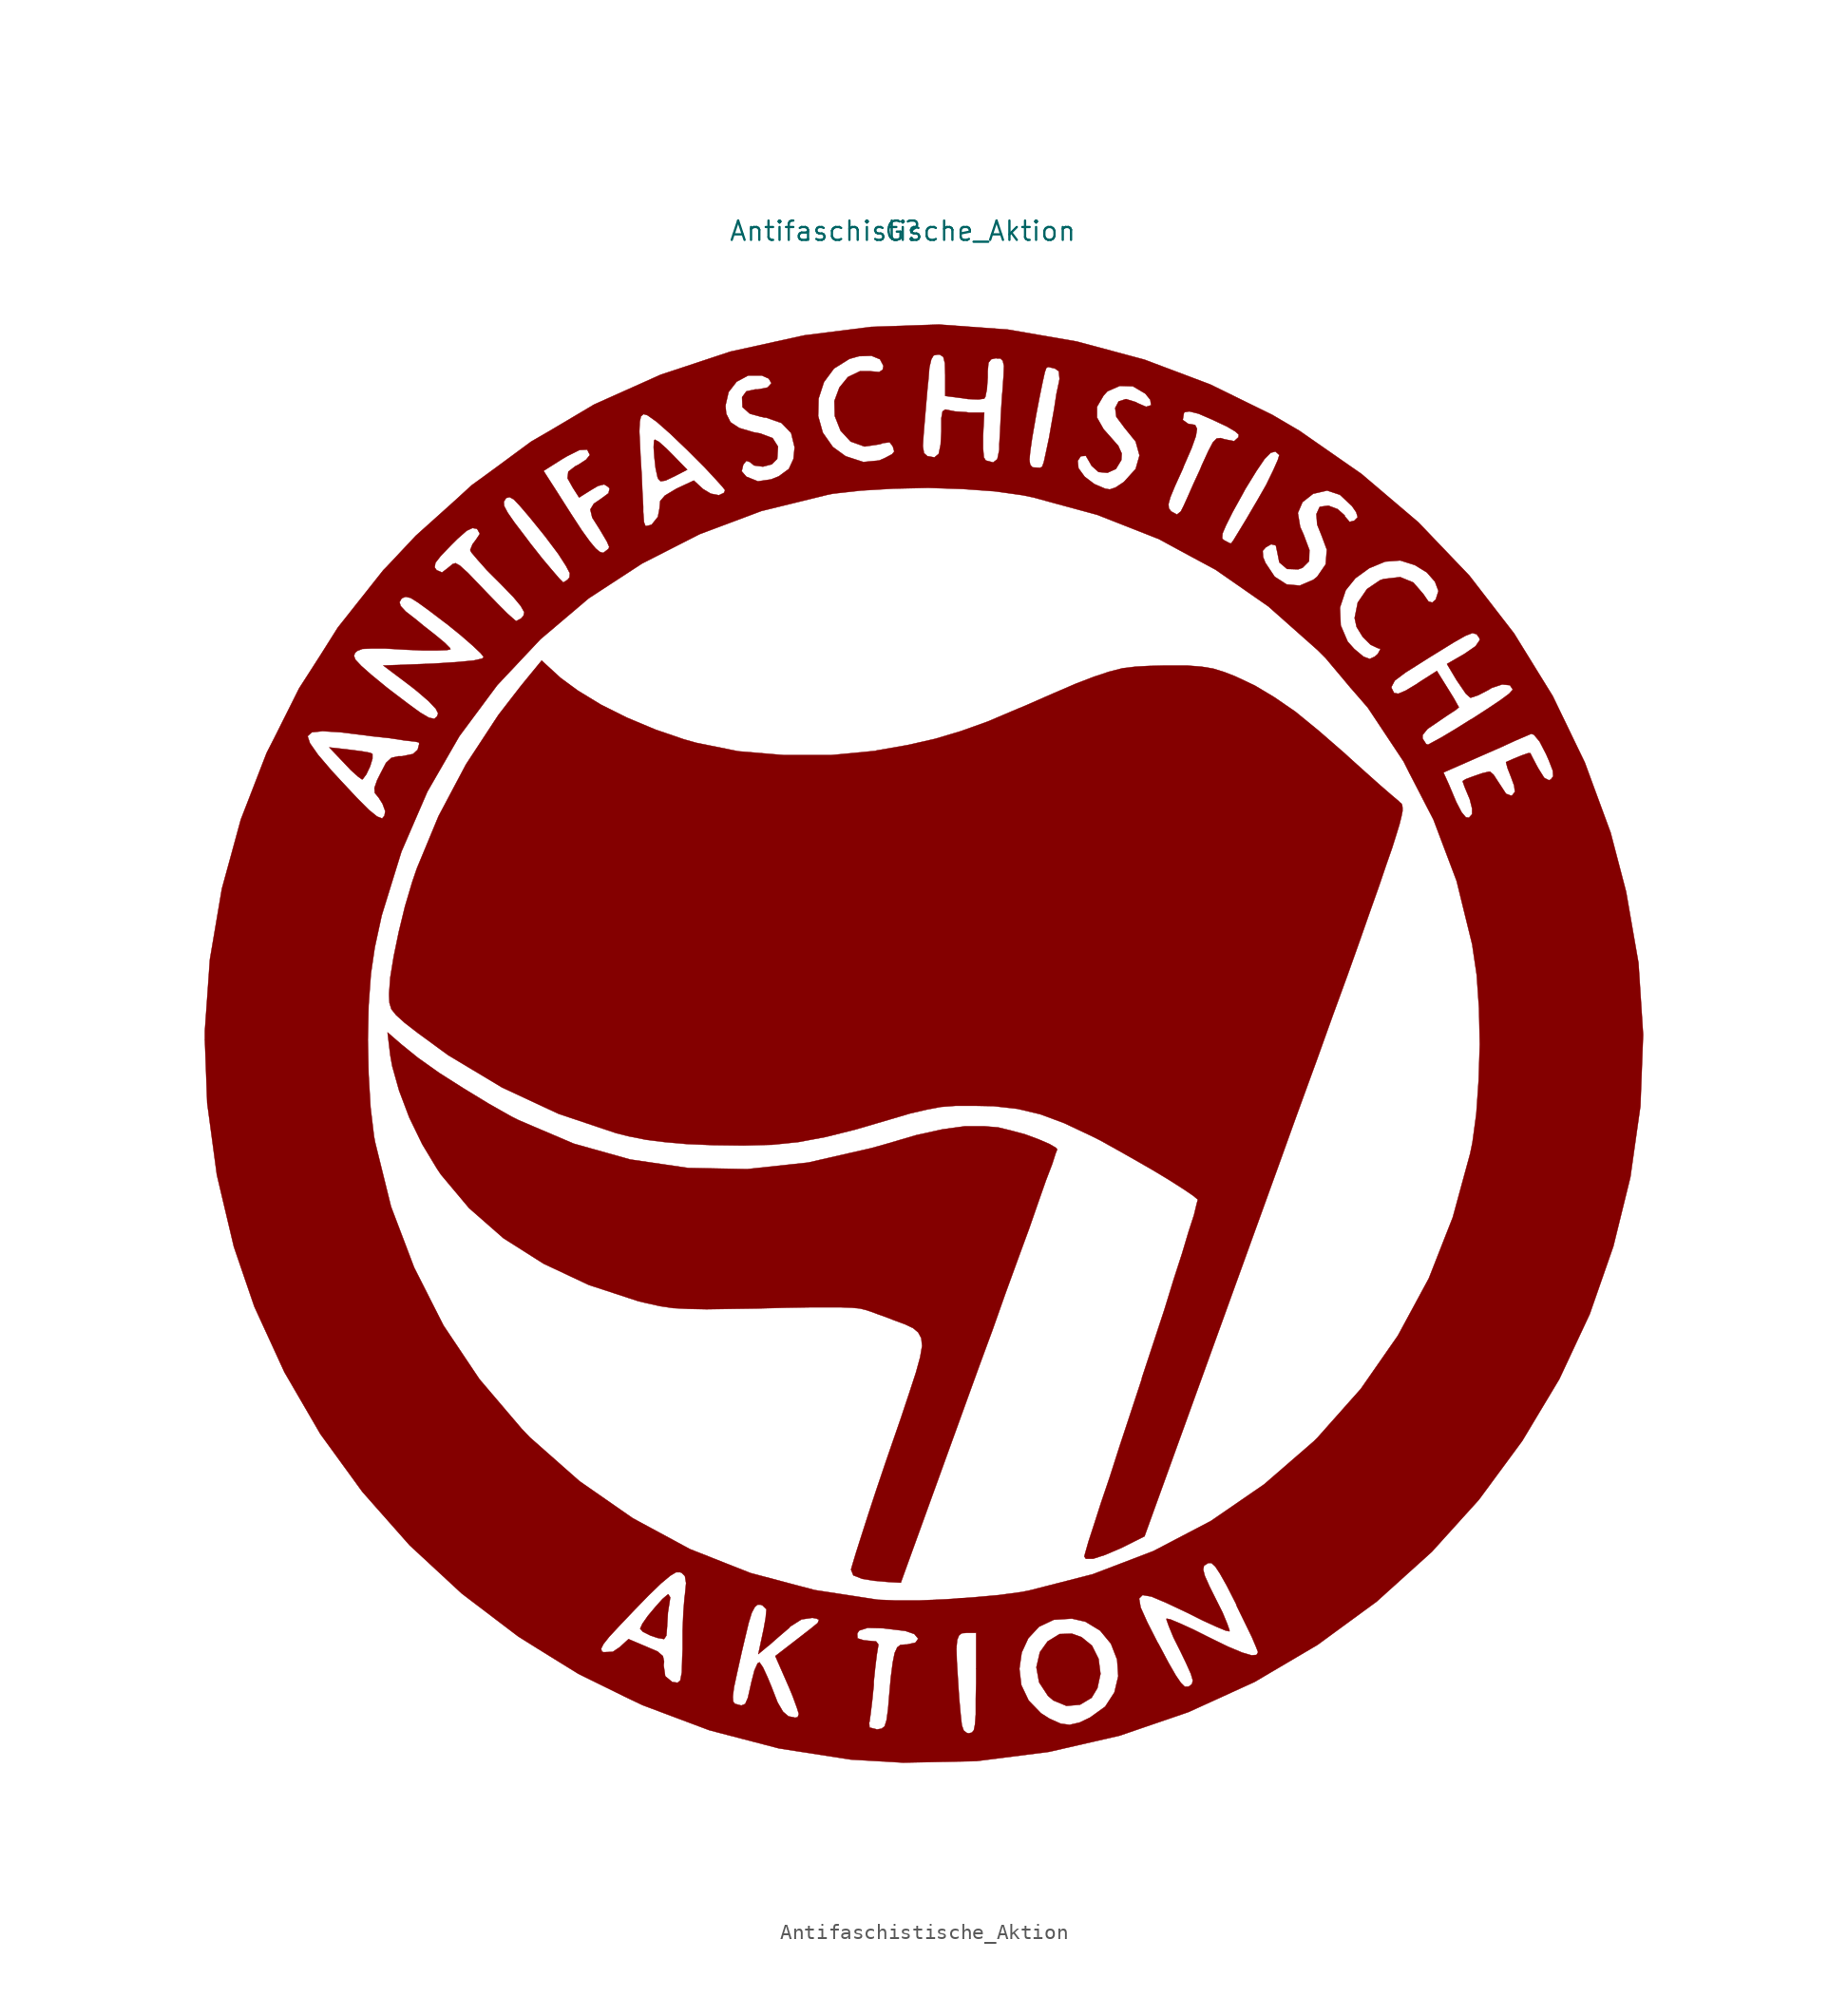
<source format=kicad_sym>
(kicad_symbol_lib
  (version 20201005)
  (generator kicad_symbol_editor)
  (symbol "lethalbit-graphics:Antifaschistische_Aktion"
    (pin_names
      (offset 1.016))
    (property "Reference" "G"
      (at -1.27 3.81 0)
      (effects (font (size 1.27 1.27))))
    (property "Value" "Antifaschistische_Aktion"
      (at -1.27 3.81 0)
      (effects (font (size 1.27 1.27))))
    (symbol "Antifaschistische_Aktion_1_1"
      (polyline (pts (xy -36.779 -32.233) (xy -36.551 -31.928) (xy -36.297 -31.394) (xy -36.144 -30.886) (xy -36.144 -30.582) (xy -36.297 -30.505) (xy -36.855 -30.404) (xy -37.643 -30.302) (xy -38.989 -30.15) (xy -37.998 -31.191) (xy -37.567 -31.648) (xy -37.084 -32.08) (xy -36.83 -32.258) (xy -36.779 -32.233)) (stroke (width 0.025)) (fill (type outline)))
      (polyline (pts (xy -16.866 -12.598) (xy -16.231 -12.294) (xy -15.443 -11.887) (xy -16.408 -10.897) (xy -16.815 -10.49) (xy -17.297 -10.058) (xy -17.577 -9.906) (xy -17.628 -9.982) (xy -17.653 -10.414) (xy -17.602 -11.1) (xy -17.526 -11.786) (xy -17.399 -12.37) (xy -17.348 -12.497) (xy -17.196 -12.649) (xy -16.866 -12.598)) (stroke (width 0.025)) (fill (type outline)))
      (polyline (pts (xy 10.389 -93.116) (xy 11.151 -92.659) (xy 11.532 -92.024) (xy 11.735 -91.084) (xy 11.608 -90.094) (xy 11.176 -89.23) (xy 10.49 -88.671) (xy 9.855 -88.443) (xy 9.042 -88.468) (xy 8.255 -88.951) (xy 7.747 -89.662) (xy 7.518 -90.653) (xy 7.696 -91.643) (xy 8.28 -92.532) (xy 8.636 -92.837) (xy 9.5 -93.193) (xy 10.389 -93.116)) (stroke (width 0.025)) (fill (type outline)))
      (polyline (pts (xy -16.815 -88.57) (xy -16.764 -87.935) (xy -16.764 -87.859) (xy -16.713 -87.046) (xy -16.612 -86.411) (xy -16.561 -86.055) (xy -16.688 -85.852) (xy -16.739 -85.877) (xy -17.069 -86.157) (xy -17.526 -86.665) (xy -18.034 -87.274) (xy -18.39 -87.782) (xy -18.542 -88.113) (xy -18.364 -88.316) (xy -17.856 -88.57) (xy -17.399 -88.722) (xy -16.967 -88.798) (xy -16.815 -88.57)) (stroke (width 0.025)) (fill (type outline)))
      (polyline (pts (xy 3.734 -70.917) (xy 4.623 -68.504) (xy 5.486 -66.065) (xy 6.299 -63.83) (xy 7.036 -61.824) (xy 7.645 -60.071) (xy 8.153 -58.623) (xy 8.56 -57.556) (xy 8.788 -56.845) (xy 8.89 -56.591) (xy 8.814 -56.49) (xy 8.382 -56.236) (xy 7.671 -55.931) (xy 6.782 -55.601) (xy 5.842 -55.347) (xy 5.004 -55.143) (xy 4.089 -55.067) (xy 2.819 -55.067) (xy 1.346 -55.27) (xy -0.381 -55.651) (xy -2.464 -56.261) (xy -3.378 -56.515) (xy -7.493 -57.455) (xy -11.506 -57.887) (xy -15.392 -57.81) (xy -19.202 -57.252) (xy -22.911 -56.21) (xy -26.543 -54.661) (xy -27 -54.432) (xy -28.524 -53.569) (xy -30.15 -52.578) (xy -31.75 -51.562) (xy -33.147 -50.571) (xy -34.214 -49.708) (xy -35.154 -48.895) (xy -34.976 -50.394) (xy -34.849 -51.105) (xy -34.392 -52.73) (xy -33.731 -54.483) (xy -32.868 -56.261) (xy -31.902 -57.861) (xy -31.648 -58.242) (xy -29.794 -60.452) (xy -27.534 -62.433) (xy -24.892 -64.11) (xy -21.92 -65.507) (xy -18.669 -66.573) (xy -18.136 -66.7) (xy -17.221 -66.904) (xy -16.358 -67.031) (xy -15.367 -67.081) (xy -14.173 -67.107) (xy -12.573 -67.081) (xy -10.871 -67.056) (xy -8.941 -67.005) (xy -7.417 -66.98) (xy -5.309 -66.98) (xy -4.623 -67.005) (xy -4.089 -67.056) (xy -3.683 -67.158) (xy -3.302 -67.285) (xy -2.896 -67.437) (xy -2.388 -67.615) (xy -1.803 -67.843) (xy -1.118 -68.097) (xy -0.584 -68.351) (xy -0.254 -68.631) (xy -0.051 -69.012) (xy 0 -69.52) (xy -0.127 -70.256) (xy -0.406 -71.272) (xy -0.838 -72.593) (xy -1.397 -74.27) (xy -2.134 -76.403) (xy -2.388 -77.14) (xy -2.997 -78.943) (xy -3.531 -80.569) (xy -3.988 -81.991) (xy -4.343 -83.109) (xy -4.572 -83.871) (xy -4.674 -84.226) (xy -4.521 -84.607) (xy -3.937 -84.836) (xy -3.15 -84.963) (xy -2.286 -85.039) (xy -1.397 -85.09) (xy 3.734 -70.917)) (stroke (width 0.025)) (fill (type outline)))
      (polyline (pts (xy 12.04 -83.261) (xy 13.106 -82.804) (xy 14.63 -82.042) (xy 23.292 -58.09) (xy 24.663 -54.28) (xy 25.933 -50.8) (xy 27.026 -47.752) (xy 27.991 -45.11) (xy 28.804 -42.824) (xy 29.489 -40.869) (xy 30.074 -39.218) (xy 30.531 -37.871) (xy 30.912 -36.779) (xy 31.191 -35.89) (xy 31.394 -35.23) (xy 31.521 -34.722) (xy 31.598 -34.341) (xy 31.598 -34.112) (xy 31.572 -33.934) (xy 31.521 -33.833) (xy 31.445 -33.782) (xy 31.344 -33.68) (xy 30.861 -33.274) (xy 30.099 -32.614) (xy 29.159 -31.775) (xy 28.143 -30.861) (xy 27.813 -30.556) (xy 26.06 -29.032) (xy 24.536 -27.788) (xy 23.165 -26.848) (xy 21.895 -26.086) (xy 20.599 -25.476) (xy 19.888 -25.197) (xy 19.152 -24.968) (xy 18.39 -24.841) (xy 17.424 -24.765) (xy 15.977 -24.765) (xy 14.935 -24.79) (xy 14.021 -24.841) (xy 13.183 -24.943) (xy 12.294 -25.171) (xy 11.303 -25.502) (xy 10.109 -25.959) (xy 8.636 -26.594) (xy 6.782 -27.407) (xy 6.35 -27.584) (xy 4.318 -28.448) (xy 2.54 -29.083) (xy 0.838 -29.591) (xy -0.965 -29.997) (xy -2.997 -30.353) (xy -3.073 -30.378) (xy -5.994 -30.658) (xy -9.068 -30.658) (xy -12.09 -30.404) (xy -14.859 -29.845) (xy -15.672 -29.616) (xy -17.526 -28.981) (xy -19.406 -28.194) (xy -21.133 -27.33) (xy -22.631 -26.416) (xy -23.774 -25.578) (xy -25.019 -24.435) (xy -26.391 -26.111) (xy -27.864 -28.016) (xy -29.997 -31.267) (xy -31.801 -34.671) (xy -33.223 -38.1) (xy -33.528 -38.989) (xy -34.011 -40.615) (xy -34.417 -42.291) (xy -34.747 -43.891) (xy -34.976 -45.288) (xy -35.052 -46.33) (xy -35.052 -46.482) (xy -35.027 -46.965) (xy -34.9 -47.371) (xy -34.595 -47.752) (xy -34.036 -48.26) (xy -33.147 -48.946) (xy -31.166 -50.394) (xy -27.61 -52.527) (xy -23.901 -54.254) (xy -20.117 -55.524) (xy -19.304 -55.728) (xy -18.161 -55.956) (xy -16.942 -56.109) (xy -15.519 -56.236) (xy -13.716 -56.312) (xy -11.735 -56.337) (xy -9.855 -56.286) (xy -8.128 -56.109) (xy -6.35 -55.778) (xy -4.42 -55.296) (xy -2.159 -54.635) (xy -0.787 -54.229) (xy 0.305 -53.975) (xy 1.245 -53.797) (xy 2.235 -53.721) (xy 3.429 -53.721) (xy 4.699 -53.746) (xy 6.274 -53.924) (xy 7.772 -54.28) (xy 9.347 -54.864) (xy 11.176 -55.728) (xy 11.735 -56.007) (xy 12.827 -56.617) (xy 13.995 -57.277) (xy 15.189 -57.963) (xy 16.281 -58.623) (xy 17.196 -59.207) (xy 17.831 -59.639) (xy 18.136 -59.893) (xy 18.059 -60.173) (xy 17.882 -60.909) (xy 17.526 -62.001) (xy 17.094 -63.449) (xy 16.535 -65.176) (xy 15.926 -67.158) (xy 15.215 -69.317) (xy 14.453 -71.628) (xy 14.453 -71.679) (xy 13.691 -73.99) (xy 12.979 -76.149) (xy 12.344 -78.13) (xy 11.76 -79.858) (xy 11.303 -81.28) (xy 10.947 -82.372) (xy 10.744 -83.083) (xy 10.668 -83.363) (xy 10.77 -83.515) (xy 11.252 -83.515) (xy 12.04 -83.261)) (stroke (width 0.025)) (fill (type outline)))
      (polyline (pts (xy 3.581 -96.825) (xy 8.357 -96.215) (xy 13.005 -95.148) (xy 17.526 -93.599) (xy 21.869 -91.618) (xy 26.01 -89.179) (xy 29.896 -86.335) (xy 33.528 -83.058) (xy 36.627 -79.629) (xy 39.472 -75.768) (xy 41.91 -71.704) (xy 43.917 -67.412) (xy 45.466 -62.967) (xy 46.584 -58.42) (xy 47.244 -53.746) (xy 47.422 -49.047) (xy 47.117 -44.323) (xy 46.304 -39.649) (xy 45.288 -35.763) (xy 43.586 -31.14) (xy 41.478 -26.772) (xy 38.938 -22.657) (xy 35.992 -18.847) (xy 32.639 -15.342) (xy 28.905 -12.167) (xy 24.816 -9.322) (xy 23.038 -8.28) (xy 18.948 -6.274) (xy 14.63 -4.648) (xy 10.185 -3.454) (xy 5.639 -2.667) (xy 1.118 -2.337) (xy -3.327 -2.489) (xy -7.747 -3.048) (xy -12.598 -4.115) (xy -17.196 -5.639) (xy -21.565 -7.595) (xy -21.692 -7.671) (xy -12.929 -7.671) (xy -12.725 -6.782) (xy -12.192 -6.096) (xy -11.43 -5.69) (xy -10.541 -5.69) (xy -10.084 -5.893) (xy -9.906 -6.198) (xy -10.16 -6.477) (xy -10.795 -6.604) (xy -10.973 -6.604) (xy -11.557 -6.731) (xy -11.836 -7.112) (xy -11.836 -7.188) (xy -11.811 -7.772) (xy -11.328 -8.204) (xy -10.77 -8.357) (xy -6.833 -8.357) (xy -6.807 -7.214) (xy -6.452 -6.121) (xy -5.791 -5.232) (xy -4.775 -4.597) (xy -4.14 -4.42) (xy -3.327 -4.394) (xy -2.769 -4.623) (xy -2.54 -5.055) (xy -2.591 -5.309) (xy -2.819 -5.461) (xy -3.404 -5.41) (xy -4.089 -5.41) (xy -4.877 -5.791) (xy -5.436 -6.477) (xy -5.766 -7.366) (xy -5.74 -8.357) (xy -5.359 -9.322) (xy -4.699 -10.033) (xy -3.785 -10.363) (xy -2.769 -10.211) (xy -2.565 -10.135) (xy -2.134 -10.084) (xy -1.93 -10.338) (xy 0.051 -10.338) (xy 0.102 -9.55) (xy 0.178 -8.636) (xy 0.279 -7.442) (xy 0.381 -6.274) (xy 0.406 -6.096) (xy 0.483 -5.156) (xy 0.61 -4.623) (xy 0.762 -4.369) (xy 1.016 -4.318) (xy 1.168 -4.318) (xy 1.397 -4.47) (xy 1.499 -4.877) (xy 1.524 -5.664) (xy 1.524 -7.036) (xy 2.692 -7.188) (xy 3.023 -7.239) (xy 3.708 -7.264) (xy 4.089 -7.214) (xy 4.166 -7.087) (xy 4.267 -6.579) (xy 4.318 -5.817) (xy 4.318 -5.41) (xy 4.369 -4.851) (xy 4.547 -4.623) (xy 4.877 -4.547) (xy 4.902 -4.572) (xy 5.156 -4.572) (xy 5.309 -4.724) (xy 5.385 -5.055) (xy 5.359 -5.715) (xy 5.283 -6.782) (xy 5.258 -7.036) (xy 5.182 -8.255) (xy 5.131 -9.373) (xy 5.08 -10.211) (xy 5.08 -10.566) (xy 4.953 -11.176) (xy 4.877 -11.252) (xy 7.061 -11.252) (xy 7.112 -10.693) (xy 7.239 -9.804) (xy 7.468 -8.484) (xy 7.493 -8.331) (xy 7.722 -7.137) (xy 7.925 -6.147) (xy 8.077 -5.461) (xy 8.179 -5.182) (xy 8.306 -5.131) (xy 8.738 -5.232) (xy 8.992 -5.41) (xy 9.042 -5.918) (xy 8.992 -6.172) (xy 8.839 -6.883) (xy 8.687 -7.874) (xy 8.484 -9.017) (xy 8.357 -9.754) (xy 8.153 -10.719) (xy 8.026 -11.303) (xy 10.236 -11.303) (xy 10.439 -10.998) (xy 10.77 -10.973) (xy 11.024 -11.405) (xy 11.151 -11.633) (xy 11.608 -12.04) (xy 12.192 -12.09) (xy 12.751 -11.836) (xy 13.106 -11.252) (xy 13.132 -10.82) (xy 12.903 -10.312) (xy 12.344 -9.677) (xy 11.938 -9.22) (xy 11.506 -8.458) (xy 11.506 -7.747) (xy 11.938 -7.01) (xy 12.192 -6.731) (xy 13.005 -6.375) (xy 13.868 -6.401) (xy 14.681 -6.883) (xy 15.011 -7.29) (xy 15.062 -7.645) (xy 14.732 -7.747) (xy 14.148 -7.493) (xy 14.072 -7.442) (xy 13.411 -7.239) (xy 12.929 -7.391) (xy 12.7 -7.823) (xy 12.776 -8.407) (xy 13.233 -9.017) (xy 13.284 -9.093) (xy 14.046 -10.033) (xy 14.3 -10.947) (xy 14.046 -11.836) (xy 13.31 -12.649) (xy 13.259 -12.7) (xy 12.725 -13.056) (xy 12.344 -13.183) (xy 12.04 -13.132) (xy 11.328 -12.827) (xy 10.693 -12.344) (xy 10.287 -11.786) (xy 10.236 -11.303) (xy 8.026 -11.303) (xy 8.001 -11.405) (xy 7.899 -11.684) (xy 7.772 -11.76) (xy 7.315 -11.735) (xy 7.239 -11.709) (xy 7.112 -11.557) (xy 7.061 -11.252) (xy 4.877 -11.252) (xy 4.674 -11.405) (xy 4.191 -11.278) (xy 4.064 -11.074) (xy 4.013 -10.49) (xy 4.013 -9.652) (xy 4.089 -8.128) (xy 3.073 -8.128) (xy 2.921 -8.103) (xy 2.159 -8.052) (xy 1.524 -7.925) (xy 1.346 -8.052) (xy 1.27 -8.484) (xy 1.27 -9.347) (xy 1.219 -10.236) (xy 1.092 -10.846) (xy 0.813 -11.074) (xy 0.381 -10.998) (xy 0.356 -10.998) (xy 0.127 -10.795) (xy 0.051 -10.338) (xy -1.93 -10.338) (xy -1.905 -10.414) (xy -1.829 -10.693) (xy -1.981 -10.871) (xy -2.464 -11.125) (xy -2.819 -11.278) (xy -3.861 -11.379) (xy -5.029 -10.998) (xy -5.867 -10.389) (xy -6.528 -9.449) (xy -6.833 -8.357) (xy -10.77 -8.357) (xy -10.363 -8.458) (xy -10.262 -8.458) (xy -9.246 -8.814) (xy -8.611 -9.474) (xy -8.382 -10.414) (xy -8.458 -11.176) (xy -8.763 -11.836) (xy -9.423 -12.319) (xy -9.931 -12.522) (xy -10.795 -12.649) (xy -11.557 -12.344) (xy -11.862 -11.989) (xy -11.76 -11.557) (xy -11.557 -11.303) (xy -11.328 -11.379) (xy -11.049 -11.608) (xy -10.465 -11.684) (xy -9.881 -11.532) (xy -9.525 -11.176) (xy -9.474 -10.363) (xy -9.83 -9.804) (xy -10.643 -9.5) (xy -11.074 -9.423) (xy -12.014 -9.144) (xy -12.598 -8.763) (xy -12.878 -8.204) (xy -12.929 -7.671) (xy -21.692 -7.671) (xy -24.562 -9.373) (xy -18.593 -9.373) (xy -18.567 -8.738) (xy -18.491 -8.382) (xy -18.313 -8.23) (xy -18.059 -8.306) (xy -17.45 -8.738) (xy -16.586 -9.5) (xy -15.469 -10.566) (xy -14.3 -11.735) (xy -13.614 -12.471) (xy -13.132 -13.005) (xy -12.954 -13.233) (xy -13.03 -13.411) (xy -13.36 -13.564) (xy -13.894 -13.462) (xy -14.402 -13.157) (xy -15.011 -12.598) (xy -16.154 -13.132) (xy -16.916 -13.589) (xy -17.221 -13.945) (xy -17.272 -14.453) (xy -17.374 -14.986) (xy -17.78 -15.494) (xy -17.932 -15.545) (xy -18.186 -15.596) (xy -18.288 -15.342) (xy -18.339 -14.656) (xy -18.339 -14.326) (xy -18.39 -13.386) (xy -18.44 -12.217) (xy -18.517 -10.973) (xy -18.542 -10.414) (xy -18.593 -9.373) (xy -24.562 -9.373) (xy -25.705 -10.033) (xy -28.321 -11.963) (xy -24.892 -11.963) (xy -23.647 -11.176) (xy -23.343 -10.998) (xy -22.53 -10.592) (xy -22.022 -10.566) (xy -21.844 -10.922) (xy -21.869 -10.947) (xy -22.098 -11.227) (xy -22.606 -11.557) (xy -22.809 -11.659) (xy -23.266 -12.014) (xy -23.317 -12.446) (xy -22.962 -13.081) (xy -22.555 -13.716) (xy -21.742 -13.208) (xy -21.311 -12.954) (xy -20.904 -12.852) (xy -20.625 -13.03) (xy -20.549 -13.132) (xy -20.625 -13.437) (xy -21.107 -13.792) (xy -21.59 -14.122) (xy -21.819 -14.503) (xy -21.692 -15.037) (xy -21.209 -15.799) (xy -21.057 -16.053) (xy -20.726 -16.612) (xy -20.574 -16.967) (xy -20.625 -17.094) (xy -20.955 -17.348) (xy -21.006 -17.348) (xy -21.184 -17.297) (xy -21.463 -17.069) (xy -21.844 -16.612) (xy -22.377 -15.875) (xy -23.089 -14.783) (xy -24.028 -13.31) (xy -24.892 -11.963) (xy -28.321 -11.963) (xy -29.616 -12.903) (xy -30.81 -13.995) (xy -27.508 -13.995) (xy -27.381 -13.792) (xy -27.33 -13.741) (xy -27.127 -13.691) (xy -26.848 -13.843) (xy -26.441 -14.275) (xy -25.832 -14.986) (xy -24.968 -16.053) (xy -24.765 -16.307) (xy -23.927 -17.424) (xy -23.419 -18.212) (xy -23.165 -18.694) (xy -23.19 -18.974) (xy -23.317 -19.126) (xy -23.597 -19.304) (xy -23.851 -19.05) (xy -24.333 -18.491) (xy -24.994 -17.704) (xy -25.756 -16.739) (xy -26.06 -16.332) (xy -26.797 -15.367) (xy -27.254 -14.707) (xy -27.483 -14.275) (xy -27.508 -13.995) (xy -30.81 -13.995) (xy -33.299 -16.231) (xy -35.255 -18.313) (xy -32.055 -18.313) (xy -32.004 -18.009) (xy -31.648 -17.551) (xy -30.963 -16.84) (xy -30.556 -16.434) (xy -29.947 -15.9) (xy -29.566 -15.723) (xy -29.286 -15.773) (xy -29.235 -15.824) (xy -29.083 -16.104) (xy -29.337 -16.485) (xy -29.566 -16.789) (xy -29.718 -17.17) (xy -29.642 -17.323) (xy -29.235 -17.805) (xy -28.626 -18.491) (xy -27.711 -19.406) (xy -26.873 -20.269) (xy -26.391 -20.853) (xy -26.162 -21.26) (xy -26.213 -21.488) (xy -26.365 -21.666) (xy -26.695 -21.844) (xy -26.822 -21.742) (xy -27.254 -21.361) (xy -27.889 -20.726) (xy -28.651 -19.939) (xy -29.185 -19.38) (xy -29.87 -18.669) (xy -30.404 -18.186) (xy -30.683 -18.034) (xy -30.861 -18.085) (xy -31.267 -18.415) (xy -31.572 -18.644) (xy -31.928 -18.491) (xy -32.055 -18.313) (xy -35.255 -18.313) (xy -35.433 -18.491) (xy -38.43 -22.276) (xy -39.599 -24.13) (xy -37.363 -24.13) (xy -37.287 -23.927) (xy -37.135 -23.8) (xy -36.805 -23.673) (xy -36.22 -23.647) (xy -35.306 -23.647) (xy -33.985 -23.724) (xy -32.842 -23.774) (xy -31.877 -23.774) (xy -31.242 -23.749) (xy -31.013 -23.698) (xy -31.039 -23.622) (xy -31.394 -23.266) (xy -32.004 -22.758) (xy -32.817 -22.123) (xy -33.274 -21.742) (xy -33.96 -21.209) (xy -34.29 -20.853) (xy -34.366 -20.599) (xy -34.239 -20.371) (xy -34.163 -20.32) (xy -33.96 -20.244) (xy -33.63 -20.32) (xy -33.147 -20.625) (xy -32.41 -21.158) (xy -31.344 -21.971) (xy -31.267 -22.022) (xy -30.328 -22.784) (xy -29.54 -23.47) (xy -29.032 -23.952) (xy -28.829 -24.206) (xy -28.931 -24.308) (xy -29.489 -24.435) (xy -30.556 -24.536) (xy -32.131 -24.638) (xy -35.433 -24.765) (xy -33.579 -26.162) (xy -33.198 -26.467) (xy -32.461 -27.102) (xy -31.979 -27.61) (xy -31.826 -27.915) (xy -31.902 -28.118) (xy -32.08 -28.27) (xy -32.436 -28.194) (xy -32.995 -27.864) (xy -33.833 -27.254) (xy -35.001 -26.365) (xy -35.23 -26.187) (xy -36.22 -25.375) (xy -36.881 -24.79) (xy -37.262 -24.384) (xy -37.363 -24.13) (xy -39.599 -24.13) (xy -40.97 -26.264) (xy -42.545 -29.413) (xy -40.411 -29.413) (xy -40.132 -29.159) (xy -39.421 -29.083) (xy -38.227 -29.159) (xy -36.576 -29.362) (xy -36.22 -29.413) (xy -35.027 -29.54) (xy -34.036 -29.693) (xy -33.35 -29.769) (xy -33.096 -29.82) (xy -33.071 -29.921) (xy -33.172 -30.302) (xy -33.477 -30.582) (xy -34.214 -30.734) (xy -34.442 -30.734) (xy -34.9 -30.836) (xy -35.255 -31.166) (xy -35.611 -31.852) (xy -35.839 -32.309) (xy -36.017 -32.817) (xy -35.992 -33.147) (xy -35.738 -33.452) (xy -35.484 -33.858) (xy -35.306 -34.341) (xy -35.357 -34.646) (xy -35.509 -34.823) (xy -35.839 -34.696) (xy -36.373 -34.265) (xy -37.16 -33.477) (xy -38.227 -32.334) (xy -38.837 -31.674) (xy -39.726 -30.632) (xy -40.259 -29.87) (xy -40.411 -29.413) (xy -42.545 -29.413) (xy -43.104 -30.505) (xy -44.806 -34.9) (xy -46.05 -39.446) (xy -46.838 -44.094) (xy -47.168 -48.793) (xy -47.168 -49.378) (xy -36.449 -49.378) (xy -36.398 -47.117) (xy -36.246 -45.034) (xy -35.992 -43.307) (xy -35.535 -41.199) (xy -34.239 -37.008) (xy -32.537 -33.071) (xy -30.429 -29.413) (xy -27.94 -26.06) (xy -25.095 -23.038) (xy -21.92 -20.345) (xy -18.415 -18.059) (xy -14.63 -16.129) (xy -10.566 -14.605) (xy -6.223 -13.538) (xy -5.842 -13.462) (xy -4.013 -13.259) (xy -1.88 -13.132) (xy 0.406 -13.081) (xy 2.692 -13.157) (xy 4.801 -13.31) (xy 6.604 -13.564) (xy 7.341 -13.716) (xy 8.915 -14.148) (xy 16.205 -14.148) (xy 16.332 -13.691) (xy 16.637 -12.954) (xy 17.145 -11.836) (xy 17.221 -11.633) (xy 17.729 -10.465) (xy 18.009 -9.677) (xy 18.085 -9.195) (xy 17.958 -8.941) (xy 17.501 -8.865) (xy 17.145 -8.611) (xy 17.221 -8.153) (xy 17.272 -8.103) (xy 17.577 -8.052) (xy 18.186 -8.204) (xy 19.126 -8.611) (xy 19.228 -8.661) (xy 20.041 -9.042) (xy 20.599 -9.373) (xy 20.828 -9.576) (xy 20.803 -9.754) (xy 20.523 -10.008) (xy 19.888 -9.881) (xy 19.634 -9.804) (xy 19.38 -9.83) (xy 19.126 -10.084) (xy 18.821 -10.668) (xy 18.39 -11.608) (xy 18.288 -11.862) (xy 17.831 -12.852) (xy 17.45 -13.716) (xy 17.196 -14.275) (xy 17.018 -14.63) (xy 16.764 -14.834) (xy 16.434 -14.656) (xy 16.383 -14.63) (xy 16.231 -14.427) (xy 16.205 -14.148) (xy 8.915 -14.148) (xy 11.532 -14.859) (xy 15.469 -16.408) (xy 19.736 -16.408) (xy 19.761 -16.078) (xy 19.99 -15.545) (xy 20.422 -14.681) (xy 21.082 -13.487) (xy 21.26 -13.157) (xy 21.996 -11.963) (xy 22.53 -11.176) (xy 22.936 -10.77) (xy 23.241 -10.693) (xy 23.47 -10.897) (xy 23.495 -10.922) (xy 23.393 -11.252) (xy 23.089 -11.938) (xy 22.631 -12.878) (xy 22.022 -13.945) (xy 21.946 -14.072) (xy 21.336 -15.113) (xy 20.828 -15.951) (xy 20.472 -16.535) (xy 20.32 -16.739) (xy 20.218 -16.713) (xy 19.837 -16.51) (xy 19.736 -16.408) (xy 15.469 -16.408) (xy 15.545 -16.434) (xy 16.993 -17.221) (xy 22.403 -17.221) (xy 22.606 -16.993) (xy 22.962 -16.789) (xy 23.266 -16.866) (xy 23.368 -17.348) (xy 23.495 -17.983) (xy 24.003 -18.415) (xy 24.74 -18.44) (xy 25.019 -18.339) (xy 25.451 -17.907) (xy 25.476 -17.17) (xy 25.095 -16.154) (xy 24.867 -15.646) (xy 24.714 -14.732) (xy 25.019 -14.021) (xy 25.73 -13.462) (xy 25.756 -13.462) (xy 26.645 -13.259) (xy 27.483 -13.538) (xy 28.27 -14.275) (xy 28.55 -14.681) (xy 28.651 -15.011) (xy 28.423 -15.24) (xy 28.118 -15.316) (xy 27.813 -14.961) (xy 27.788 -14.884) (xy 27.33 -14.478) (xy 26.721 -14.249) (xy 26.162 -14.326) (xy 26.137 -14.351) (xy 25.933 -14.808) (xy 25.984 -15.494) (xy 26.289 -16.256) (xy 26.619 -17.145) (xy 26.543 -18.11) (xy 25.984 -18.923) (xy 25.73 -19.126) (xy 24.841 -19.507) (xy 23.978 -19.431) (xy 23.19 -18.923) (xy 22.581 -18.009) (xy 22.428 -17.628) (xy 22.403 -17.221) (xy 16.993 -17.221) (xy 19.304 -18.466) (xy 22.809 -20.904) (xy 22.86 -20.955) (xy 27.483 -20.955) (xy 27.864 -19.812) (xy 28.499 -19.025) (xy 29.413 -18.364) (xy 30.455 -17.932) (xy 31.445 -17.856) (xy 32.41 -18.161) (xy 33.198 -18.644) (xy 33.731 -19.253) (xy 33.96 -19.863) (xy 33.782 -20.422) (xy 33.553 -20.625) (xy 33.299 -20.549) (xy 32.969 -20.066) (xy 32.309 -19.304) (xy 31.445 -18.948) (xy 30.353 -19.075) (xy 30.124 -19.152) (xy 29.261 -19.736) (xy 28.651 -20.625) (xy 28.448 -21.641) (xy 28.575 -22.225) (xy 28.981 -22.885) (xy 29.489 -23.393) (xy 29.972 -23.622) (xy 30.15 -23.673) (xy 29.972 -24.003) (xy 29.769 -24.181) (xy 29.439 -24.333) (xy 29.032 -24.181) (xy 28.423 -23.673) (xy 27.991 -23.19) (xy 27.534 -22.123) (xy 27.483 -20.955) (xy 22.86 -20.955) (xy 26.01 -23.749) (xy 26.543 -24.282) (xy 28.143 -26.187) (xy 30.861 -26.187) (xy 31.09 -25.756) (xy 31.801 -25.222) (xy 32.487 -24.79) (xy 33.452 -24.181) (xy 34.442 -23.571) (xy 34.976 -23.241) (xy 35.738 -22.809) (xy 36.195 -22.631) (xy 36.474 -22.708) (xy 36.652 -22.962) (xy 36.678 -23.089) (xy 36.398 -23.495) (xy 35.662 -24.003) (xy 34.519 -24.663) (xy 35.154 -25.73) (xy 35.382 -26.06) (xy 35.763 -26.619) (xy 36.043 -26.873) (xy 36.119 -26.873) (xy 36.576 -26.721) (xy 37.211 -26.391) (xy 37.465 -26.238) (xy 38.151 -26.01) (xy 38.659 -26.06) (xy 38.862 -26.365) (xy 38.837 -26.365) (xy 38.608 -26.619) (xy 38.024 -27.051) (xy 37.186 -27.61) (xy 36.17 -28.27) (xy 36.068 -28.321) (xy 35.052 -28.956) (xy 34.163 -29.489) (xy 33.553 -29.82) (xy 33.274 -29.972) (xy 33.147 -29.921) (xy 32.918 -29.566) (xy 32.918 -29.337) (xy 33.249 -28.931) (xy 34.036 -28.397) (xy 34.595 -28.016) (xy 35.103 -27.686) (xy 35.306 -27.508) (xy 35.23 -27.381) (xy 34.976 -26.924) (xy 34.569 -26.264) (xy 33.858 -25.121) (xy 32.664 -25.883) (xy 32.563 -25.959) (xy 31.801 -26.416) (xy 31.318 -26.619) (xy 31.039 -26.568) (xy 30.886 -26.264) (xy 30.861 -26.187) (xy 28.143 -26.187) (xy 29.312 -27.534) (xy 31.674 -31.09) (xy 32.029 -31.801) (xy 34.29 -31.801) (xy 37.008 -30.607) (xy 38.049 -30.15) (xy 38.989 -29.718) (xy 40.056 -29.261) (xy 40.234 -29.312) (xy 40.615 -29.769) (xy 41.046 -30.607) (xy 41.224 -31.013) (xy 41.478 -31.674) (xy 41.504 -32.055) (xy 41.351 -32.258) (xy 41.224 -32.309) (xy 40.919 -32.156) (xy 40.538 -31.547) (xy 40.411 -31.318) (xy 40.132 -30.785) (xy 40.005 -30.531) (xy 39.853 -30.531) (xy 39.421 -30.683) (xy 38.862 -30.912) (xy 38.405 -31.115) (xy 38.405 -31.14) (xy 38.506 -31.521) (xy 38.735 -32.106) (xy 38.938 -32.664) (xy 38.989 -33.071) (xy 38.811 -33.299) (xy 38.735 -33.325) (xy 38.405 -33.198) (xy 38.024 -32.614) (xy 37.922 -32.461) (xy 37.592 -31.953) (xy 37.363 -31.75) (xy 37.262 -31.75) (xy 36.83 -31.852) (xy 36.246 -32.055) (xy 35.763 -32.233) (xy 35.56 -32.36) (xy 35.56 -32.41) (xy 35.687 -32.766) (xy 35.941 -33.376) (xy 36.017 -33.553) (xy 36.17 -34.163) (xy 36.17 -34.544) (xy 35.966 -34.773) (xy 35.763 -34.747) (xy 35.484 -34.417) (xy 35.128 -33.731) (xy 34.646 -32.588) (xy 34.29 -31.801) (xy 32.029 -31.801) (xy 33.63 -34.9) (xy 35.154 -38.938) (xy 36.195 -43.18) (xy 36.195 -43.231) (xy 36.474 -45.11) (xy 36.627 -47.32) (xy 36.678 -49.682) (xy 36.601 -52.07) (xy 36.449 -54.254) (xy 36.195 -56.134) (xy 36.043 -56.871) (xy 34.9 -61.062) (xy 33.325 -65.075) (xy 31.293 -68.834) (xy 28.854 -72.339) (xy 26.01 -75.54) (xy 25.756 -75.794) (xy 22.504 -78.613) (xy 18.999 -81.026) (xy 15.215 -83.007) (xy 11.227 -84.531) (xy 7.061 -85.598) (xy 6.553 -85.7) (xy 5.055 -85.903) (xy 3.353 -86.055) (xy 2.286 -86.131) (xy 14.275 -86.131) (xy 14.503 -85.903) (xy 15.088 -86.004) (xy 16.053 -86.411) (xy 17.45 -87.071) (xy 18.466 -87.579) (xy 19.355 -87.986) (xy 19.964 -88.24) (xy 20.218 -88.29) (xy 20.218 -88.214) (xy 20.066 -87.782) (xy 19.761 -87.046) (xy 18.898 -85.319) (xy 18.593 -84.633) (xy 18.491 -84.226) (xy 18.542 -83.972) (xy 18.745 -83.845) (xy 18.821 -83.795) (xy 19.025 -83.795) (xy 19.279 -84.023) (xy 19.583 -84.48) (xy 20.041 -85.293) (xy 20.65 -86.487) (xy 20.701 -86.639) (xy 21.234 -87.732) (xy 21.692 -88.671) (xy 21.971 -89.332) (xy 22.098 -89.662) (xy 21.996 -89.84) (xy 21.666 -89.865) (xy 21.057 -89.687) (xy 20.091 -89.281) (xy 18.745 -88.621) (xy 17.831 -88.163) (xy 16.942 -87.757) (xy 16.332 -87.503) (xy 16.078 -87.452) (xy 16.078 -87.528) (xy 16.231 -87.96) (xy 16.535 -88.697) (xy 16.993 -89.611) (xy 17.348 -90.348) (xy 17.678 -91.084) (xy 17.805 -91.516) (xy 17.755 -91.745) (xy 17.577 -91.897) (xy 17.501 -91.923) (xy 17.272 -91.923) (xy 17.018 -91.669) (xy 16.688 -91.186) (xy 16.205 -90.348) (xy 15.545 -89.103) (xy 15.494 -89.027) (xy 14.808 -87.681) (xy 14.376 -86.716) (xy 14.275 -86.131) (xy 2.286 -86.131) (xy 1.549 -86.182) (xy -0.203 -86.258) (xy -1.753 -86.258) (xy -2.921 -86.208) (xy -7.061 -85.573) (xy -11.278 -84.455) (xy -15.265 -82.88) (xy -19.025 -80.848) (xy -22.53 -78.41) (xy -25.781 -75.54) (xy -26.34 -74.955) (xy -29.108 -71.704) (xy -31.471 -68.174) (xy -33.401 -64.364) (xy -34.925 -60.35) (xy -35.966 -56.134) (xy -36.043 -55.728) (xy -36.271 -53.823) (xy -36.398 -51.664) (xy -36.449 -49.378) (xy -47.168 -49.378) (xy -47.015 -53.543) (xy -46.38 -58.268) (xy -45.263 -62.992) (xy -43.917 -66.929) (xy -41.935 -71.247) (xy -39.573 -75.311) (xy -36.805 -79.121) (xy -33.706 -82.626) (xy -30.277 -85.801) (xy -26.568 -88.621) (xy -25.273 -89.433) (xy -21.107 -89.433) (xy -20.955 -89.129) (xy -20.574 -88.646) (xy -19.888 -87.909) (xy -18.898 -86.868) (xy -17.983 -85.928) (xy -17.17 -85.141) (xy -16.561 -84.633) (xy -16.18 -84.404) (xy -15.9 -84.404) (xy -15.799 -84.455) (xy -15.596 -84.658) (xy -15.519 -85.115) (xy -15.596 -85.903) (xy -15.621 -86.055) (xy -15.697 -87.02) (xy -15.748 -88.24) (xy -15.748 -89.459) (xy -15.773 -90.018) (xy -15.799 -90.983) (xy -15.9 -91.516) (xy -16.078 -91.669) (xy -16.434 -91.618) (xy -16.891 -91.237) (xy -16.993 -90.526) (xy -16.967 -90.272) (xy -17.043 -89.916) (xy -17.399 -89.611) (xy -18.11 -89.306) (xy -19.304 -88.798) (xy -19.888 -89.332) (xy -20.345 -89.637) (xy -20.955 -89.662) (xy -21.057 -89.611) (xy -21.107 -89.433) (xy -25.273 -89.433) (xy -22.606 -91.084) (xy -19.558 -92.583) (xy -12.446 -92.583) (xy -12.37 -91.973) (xy -12.167 -91.034) (xy -11.862 -89.662) (xy -11.659 -88.798) (xy -11.405 -87.732) (xy -11.201 -87.071) (xy -10.998 -86.69) (xy -10.82 -86.538) (xy -10.617 -86.538) (xy -10.49 -86.589) (xy -10.236 -86.843) (xy -10.287 -87.401) (xy -10.414 -88.113) (xy -10.77 -89.789) (xy -10.16 -89.281) (xy -10.058 -89.205) (xy -9.423 -88.646) (xy -8.738 -88.062) (xy -8.687 -87.986) (xy -7.925 -87.503) (xy -7.214 -87.401) (xy -6.934 -87.452) (xy -6.782 -87.528) (xy -6.858 -87.732) (xy -7.29 -88.087) (xy -7.747 -88.443) (xy -4.267 -88.443) (xy -4.14 -88.24) (xy -3.581 -88.062) (xy -2.565 -88.087) (xy -1.092 -88.265) (xy -0.508 -88.468) (xy -0.254 -88.773) (xy -0.432 -89.027) (xy -0.991 -89.154) (xy -1.092 -89.154) (xy -1.422 -89.179) (xy -1.651 -89.357) (xy -1.651 -89.383) (xy 2.261 -89.383) (xy 2.311 -88.849) (xy 2.438 -88.544) (xy 2.616 -88.417) (xy 2.921 -88.392) (xy 3.556 -88.392) (xy 3.556 -90.754) (xy 6.401 -90.754) (xy 6.553 -89.687) (xy 6.985 -88.748) (xy 7.696 -87.986) (xy 8.661 -87.528) (xy 9.855 -87.452) (xy 10.744 -87.655) (xy 11.709 -88.24) (xy 12.421 -89.103) (xy 12.827 -90.145) (xy 12.903 -91.237) (xy 12.649 -92.304) (xy 12.04 -93.243) (xy 11.049 -93.955) (xy 10.363 -94.285) (xy 9.703 -94.437) (xy 9.119 -94.361) (xy 8.382 -94.031) (xy 7.823 -93.675) (xy 7.01 -92.837) (xy 6.528 -91.821) (xy 6.401 -90.754) (xy 3.556 -90.754) (xy 3.556 -91.694) (xy 3.531 -92.71) (xy 3.531 -93.751) (xy 3.48 -94.412) (xy 3.404 -94.793) (xy 3.277 -94.945) (xy 3.073 -94.996) (xy 2.946 -94.971) (xy 2.743 -94.818) (xy 2.616 -94.463) (xy 2.54 -93.777) (xy 2.438 -92.659) (xy 2.362 -91.491) (xy 2.286 -90.246) (xy 2.261 -89.383) (xy -1.651 -89.383) (xy -1.803 -89.713) (xy -1.93 -90.348) (xy -2.057 -91.338) (xy -2.184 -92.761) (xy -2.235 -93.396) (xy -2.337 -94.132) (xy -2.464 -94.539) (xy -2.667 -94.691) (xy -2.972 -94.742) (xy -3.048 -94.717) (xy -3.454 -94.615) (xy -3.48 -94.285) (xy -3.454 -94.234) (xy -3.378 -93.675) (xy -3.277 -92.837) (xy -3.175 -91.821) (xy -3.175 -91.592) (xy -3.073 -90.602) (xy -2.972 -89.789) (xy -2.896 -89.332) (xy -2.87 -89.154) (xy -3.023 -88.951) (xy -3.581 -88.9) (xy -3.835 -88.875) (xy -4.242 -88.748) (xy -4.267 -88.443) (xy -7.747 -88.443) (xy -9.652 -89.916) (xy -8.763 -91.948) (xy -8.509 -92.558) (xy -8.23 -93.32) (xy -8.103 -93.726) (xy -8.179 -93.929) (xy -8.382 -93.98) (xy -8.382 -93.955) (xy -8.788 -93.878) (xy -9.144 -93.574) (xy -9.5 -92.964) (xy -9.906 -91.923) (xy -10.16 -91.313) (xy -10.465 -90.653) (xy -10.693 -90.322) (xy -10.82 -90.399) (xy -11.024 -90.856) (xy -11.227 -91.643) (xy -11.278 -91.872) (xy -11.455 -92.659) (xy -11.633 -93.066) (xy -11.887 -93.167) (xy -12.268 -93.066) (xy -12.294 -93.066) (xy -12.421 -92.913) (xy -12.446 -92.583) (xy -19.558 -92.583) (xy -18.39 -93.142) (xy -13.995 -94.793) (xy -9.423 -95.987) (xy -4.699 -96.723) (xy -1.245 -96.926) (xy 3.581 -96.825)) (stroke (width 0.025)) (fill (type outline))))))
</source>
